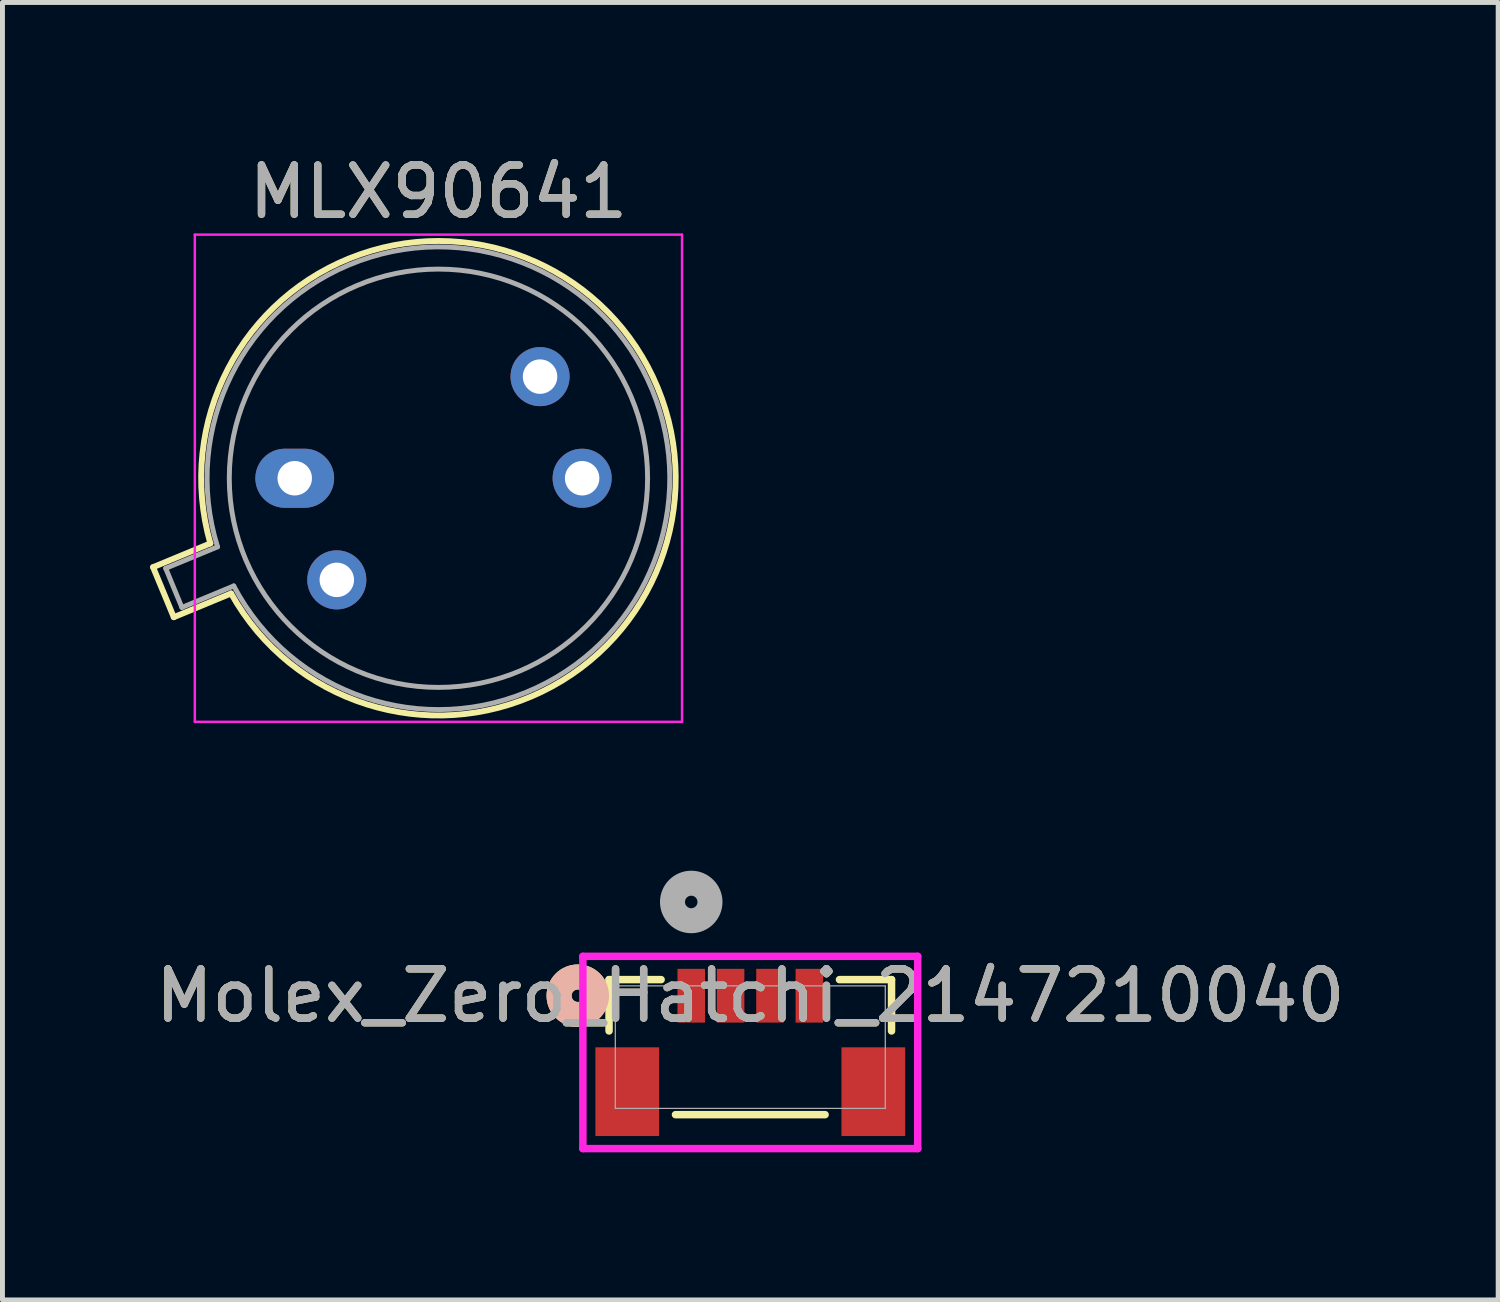
<source format=kicad_pcb>
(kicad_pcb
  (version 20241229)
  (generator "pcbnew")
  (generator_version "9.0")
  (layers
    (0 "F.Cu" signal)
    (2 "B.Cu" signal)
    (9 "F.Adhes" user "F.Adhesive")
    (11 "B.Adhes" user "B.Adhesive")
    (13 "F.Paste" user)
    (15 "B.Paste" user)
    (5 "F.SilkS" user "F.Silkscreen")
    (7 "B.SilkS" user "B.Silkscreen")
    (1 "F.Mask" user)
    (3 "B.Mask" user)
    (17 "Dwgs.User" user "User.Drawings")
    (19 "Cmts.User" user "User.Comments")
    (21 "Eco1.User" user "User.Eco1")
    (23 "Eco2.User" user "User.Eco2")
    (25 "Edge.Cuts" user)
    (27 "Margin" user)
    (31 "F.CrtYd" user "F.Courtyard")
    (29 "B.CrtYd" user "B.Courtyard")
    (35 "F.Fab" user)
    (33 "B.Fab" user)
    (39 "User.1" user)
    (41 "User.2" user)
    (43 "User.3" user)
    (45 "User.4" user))
  (footprint "MLX90641"
    (layer "F.Cu")
    (at 5.859 6.668)
    (property "Reference" "MLX90641" (at 0 -5.82 0) (layer "F.SilkS") (effects (font (size 1 1) (thickness 0.15))))
    (attr through_hole)
    (fp_line (start -5.799 1.807) (end -5.378 2.823) (stroke (width 0.12) (type solid)) (layer "F.SilkS"))
    (fp_line (start -5.378 2.823) (end -4.214 2.341) (stroke (width 0.12) (type solid)) (layer "F.SilkS"))
    (fp_line (start -4.634 1.324) (end -5.799 1.807) (stroke (width 0.12) (type solid)) (layer "F.SilkS"))
    (fp_arc (start -4.634489 1.324352) (mid 4.453099 -1.844534) (end -4.213537 2.34062) (stroke (width 0.12) (type solid)) (layer "F.SilkS"))
    (fp_line (start -4.95 -4.95) (end -4.95 4.95) (stroke (width 0.05) (type solid)) (layer "F.CrtYd"))
    (fp_line (start -4.95 4.95) (end 4.95 4.95) (stroke (width 0.05) (type solid)) (layer "F.CrtYd"))
    (fp_line (start 4.95 -4.95) (end -4.95 -4.95) (stroke (width 0.05) (type solid)) (layer "F.CrtYd"))
    (fp_line (start 4.95 4.95) (end 4.95 -4.95) (stroke (width 0.05) (type solid)) (layer "F.CrtYd"))
    (fp_line (start -5.542 1.83) (end -5.213 2.625) (stroke (width 0.1) (type solid)) (layer "F.Fab"))
    (fp_line (start -5.213 2.625) (end -4.159 2.188) (stroke (width 0.1) (type solid)) (layer "F.Fab"))
    (fp_line (start -4.489 1.394) (end -5.542 1.83) (stroke (width 0.1) (type solid)) (layer "F.Fab"))
    (fp_arc (start -4.488577 1.393801) (mid 4.342234 -1.798612) (end -4.159469 2.188337) (stroke (width 0.1) (type solid)) (layer "F.Fab"))
    (fp_circle (center 0 0) (end 4.25 0) (stroke (width 0.1) (type solid)) (fill no) (layer "F.Fab"))
    (fp_text user "${REFERENCE}" (at 0 -5.82 0) (layer "F.Fab") (effects (font (size 1 1) (thickness 0.15))))
    (pad "1" thru_hole oval (at -2.92 0) (size 1.6 1.2) (drill 0.7) (layers "*.Cu" "*.Mask"))
    (pad "2" thru_hole circle (at -2.065 2.065) (size 1.2 1.2) (drill 0.7) (layers "*.Cu" "*.Mask"))
    (pad "3" thru_hole circle (at 2.92 0) (size 1.2 1.2) (drill 0.7) (layers "*.Cu" "*.Mask"))
    (pad "4" thru_hole circle (at 2.065 -2.065) (size 1.2 1.2) (drill 0.7) (layers "*.Cu" "*.Mask")))
  (footprint "Molex_Zero_Hatchi_2147210040"
    (layer "F.Cu")
    (at 12.196 18.228)
    (property "Reference" "Molex_Zero_Hatchi_2147210040" (at 0 -1.045 0) (unlocked yes) (layer "F.SilkS") (effects (font (size 1 1) (thickness 0.15))))
    (attr smd)
    (fp_line (start -2.87 -1.372) (end -2.87 -0.329) (stroke (width 0.152) (type solid)) (layer "F.SilkS"))
    (fp_line (start -1.812 -1.372) (end -2.87 -1.372) (stroke (width 0.152) (type solid)) (layer "F.SilkS"))
    (fp_line (start -1.52 1.372) (end 1.52 1.372) (stroke (width 0.152) (type solid)) (layer "F.SilkS"))
    (fp_line (start 2.87 -1.372) (end 1.812 -1.372) (stroke (width 0.152) (type solid)) (layer "F.SilkS"))
    (fp_line (start 2.87 -0.329) (end 2.87 -1.372) (stroke (width 0.152) (type solid)) (layer "F.SilkS"))
    (fp_circle (center -3.505 -1.045) (end -3.124 -1.045) (stroke (width 0.508) (type solid)) (fill no) (layer "F.SilkS"))
    (fp_circle (center -3.505 -1.045) (end -3.124 -1.045) (stroke (width 0.508) (type solid)) (fill no) (layer "B.SilkS"))
    (fp_line (start -3.402 -1.845) (end -3.402 2.061) (stroke (width 0.152) (type solid)) (layer "F.CrtYd"))
    (fp_line (start -3.402 2.061) (end 3.402 2.061) (stroke (width 0.152) (type solid)) (layer "F.CrtYd"))
    (fp_line (start 3.402 -1.845) (end -3.402 -1.845) (stroke (width 0.152) (type solid)) (layer "F.CrtYd"))
    (fp_line (start 3.402 2.061) (end 3.402 -1.845) (stroke (width 0.152) (type solid)) (layer "F.CrtYd"))
    (fp_line (start -2.743 -1.245) (end -2.743 1.245) (stroke (width 0.025) (type solid)) (layer "F.Fab"))
    (fp_line (start -2.743 1.245) (end 2.743 1.245) (stroke (width 0.025) (type solid)) (layer "F.Fab"))
    (fp_line (start 2.743 -1.245) (end -2.743 -1.245) (stroke (width 0.025) (type solid)) (layer "F.Fab"))
    (fp_line (start 2.743 1.245) (end 2.743 -1.245) (stroke (width 0.025) (type solid)) (layer "F.Fab"))
    (fp_circle (center -1.2 -2.95) (end -0.819 -2.95) (stroke (width 0.508) (type solid)) (fill no) (layer "F.Fab"))
    (fp_text user "${REFERENCE}" (at 0 -1.045 0) (unlocked yes) (layer "F.Fab") (effects (font (size 1 1) (thickness 0.15))))
    (pad "1" smd rect (at -1.2 -1.045) (size 0.559 1.092) (layers "F.Cu" "F.Mask" "F.Paste"))
    (pad "2" smd rect (at -0.4 -1.045) (size 0.559 1.092) (layers "F.Cu" "F.Mask" "F.Paste"))
    (pad "3" smd rect (at 0.4 -1.045) (size 0.559 1.092) (layers "F.Cu" "F.Mask" "F.Paste"))
    (pad "4" smd rect (at 1.2 -1.045) (size 0.559 1.092) (layers "F.Cu" "F.Mask" "F.Paste"))
    (pad "5" smd rect (at -2.5 0.905) (size 1.295 1.803) (layers "F.Cu" "F.Mask" "F.Paste"))
    (pad "6" smd rect (at 2.5 0.905) (size 1.295 1.803) (layers "F.Cu" "F.Mask" "F.Paste")))
  (gr_rect
    (start -3 -3)
    (end 27.393 23.365)
    (stroke (width 0.1) (type default))
    (fill no)
    (layer "Edge.Cuts")))
</source>
